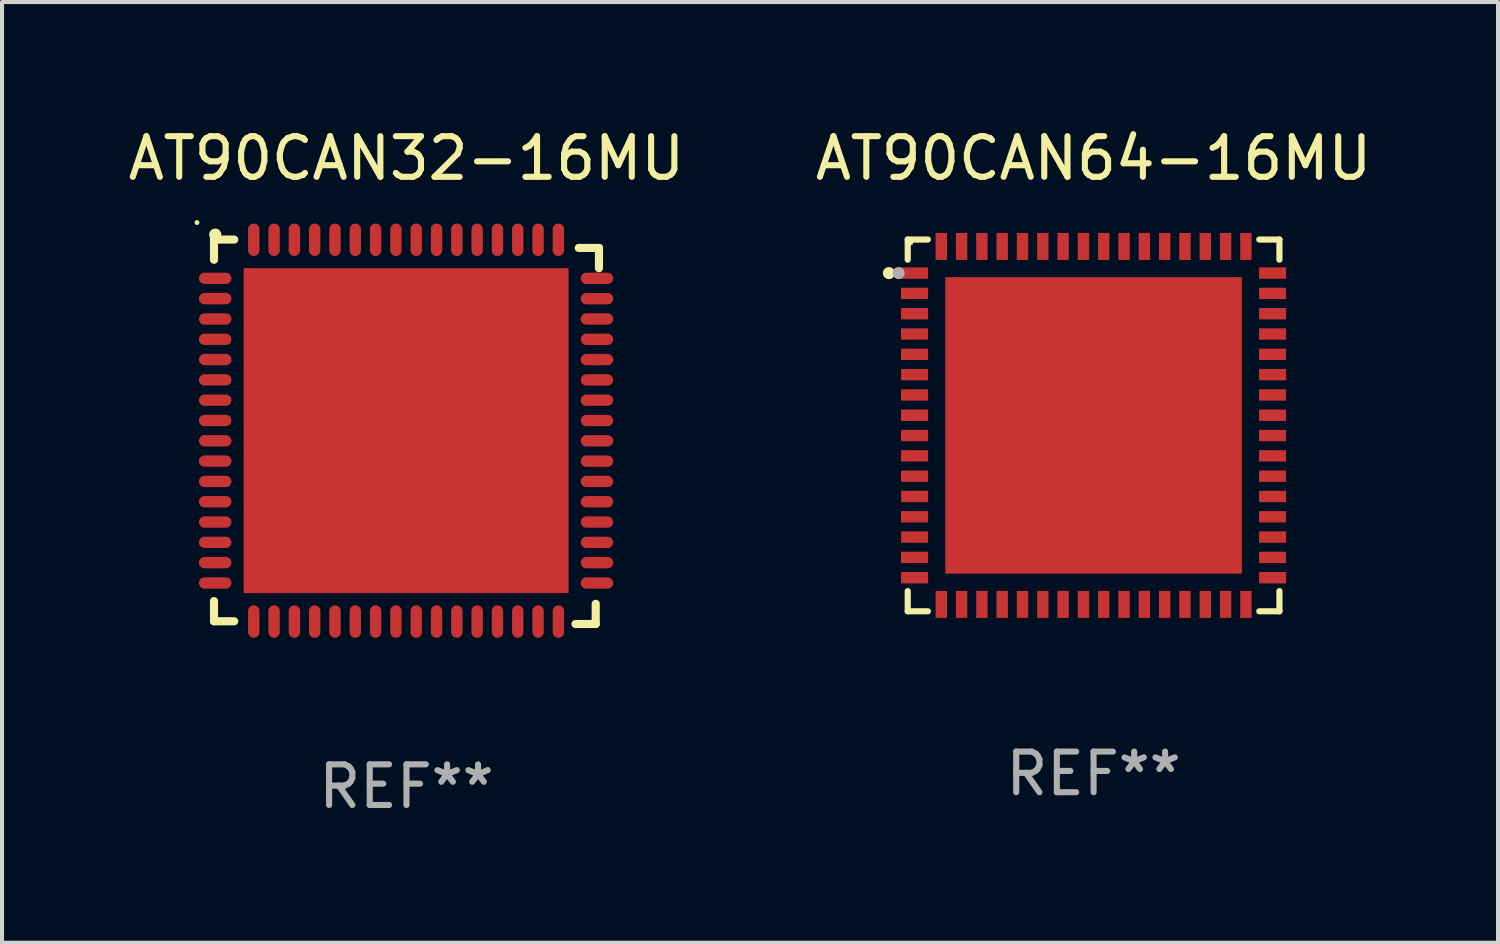
<source format=kicad_pcb>
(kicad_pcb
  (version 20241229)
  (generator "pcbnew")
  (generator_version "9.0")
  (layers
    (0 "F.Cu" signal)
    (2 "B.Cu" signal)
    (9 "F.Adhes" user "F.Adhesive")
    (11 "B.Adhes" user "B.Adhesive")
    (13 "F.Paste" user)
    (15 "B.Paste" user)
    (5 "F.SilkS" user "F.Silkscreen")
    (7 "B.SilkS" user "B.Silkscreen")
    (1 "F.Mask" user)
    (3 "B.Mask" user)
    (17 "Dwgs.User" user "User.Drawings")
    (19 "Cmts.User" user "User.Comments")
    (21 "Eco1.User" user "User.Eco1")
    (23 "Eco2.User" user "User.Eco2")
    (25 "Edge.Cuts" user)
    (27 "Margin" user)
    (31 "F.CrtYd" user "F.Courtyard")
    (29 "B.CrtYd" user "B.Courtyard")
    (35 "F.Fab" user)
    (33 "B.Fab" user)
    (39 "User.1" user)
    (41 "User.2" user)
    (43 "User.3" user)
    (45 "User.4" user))
  (footprint "AT90CAN32-16MU"
    (layer "F.Cu")
    (at 6.958 7.581)
    (property "Reference" "AT90CAN32-16MU" (at 0 -6.733 0) (layer "F.SilkS") (effects (font (size 1 1) (thickness 0.15))))
    (attr through_hole)
    (fp_line (start -4.739 -4.733) (end -4.241 -4.733) (stroke (width 0.2) (type solid)) (layer "F.SilkS"))
    (fp_line (start -4.739 -4.235) (end -4.739 -4.733) (stroke (width 0.2) (type solid)) (layer "F.SilkS"))
    (fp_line (start -4.739 4.168) (end -4.739 4.665) (stroke (width 0.2) (type solid)) (layer "F.SilkS"))
    (fp_line (start -4.739 4.665) (end -4.241 4.665) (stroke (width 0.2) (type solid)) (layer "F.SilkS"))
    (fp_line (start 4.161 4.733) (end 4.659 4.733) (stroke (width 0.2) (type solid)) (layer "F.SilkS"))
    (fp_line (start 4.241 -4.527) (end 4.739 -4.527) (stroke (width 0.2) (type solid)) (layer "F.SilkS"))
    (fp_line (start 4.659 4.733) (end 4.659 4.235) (stroke (width 0.2) (type solid)) (layer "F.SilkS"))
    (fp_line (start 4.739 -4.527) (end 4.739 -4.029) (stroke (width 0.2) (type solid)) (layer "F.SilkS"))
    (fp_arc (start -4.708623 -4.85108) (mid -4.708628 -4.85235) (end -4.708623 -4.85362) (stroke (width 0.3) (type solid)) (layer "F.SilkS"))
    (fp_circle (center -5.159 -5.152) (end -5.129 -5.152) (stroke (width 0.06) (type solid)) (fill no) (layer "F.SilkS"))
    (fp_text user "REF**" (at 0 8.733 0) (layer "F.Fab") (effects (font (size 1 1) (thickness 0.15))))
    (pad "1" smd oval (at -4.71 -3.778 90) (size 0.28 0.8) (layers "F.Cu" "F.Mask" "F.Paste"))
    (pad "2" smd oval (at -4.71 -3.278 90) (size 0.28 0.8) (layers "F.Cu" "F.Mask" "F.Paste"))
    (pad "3" smd oval (at -4.71 -2.778 90) (size 0.28 0.8) (layers "F.Cu" "F.Mask" "F.Paste"))
    (pad "4" smd oval (at -4.71 -2.278 90) (size 0.28 0.8) (layers "F.Cu" "F.Mask" "F.Paste"))
    (pad "5" smd oval (at -4.71 -1.778 90) (size 0.28 0.8) (layers "F.Cu" "F.Mask" "F.Paste"))
    (pad "6" smd oval (at -4.71 -1.278 90) (size 0.28 0.8) (layers "F.Cu" "F.Mask" "F.Paste"))
    (pad "7" smd oval (at -4.71 -0.778 90) (size 0.28 0.8) (layers "F.Cu" "F.Mask" "F.Paste"))
    (pad "8" smd oval (at -4.71 -0.278 90) (size 0.28 0.8) (layers "F.Cu" "F.Mask" "F.Paste"))
    (pad "9" smd oval (at -4.71 0.222 90) (size 0.28 0.8) (layers "F.Cu" "F.Mask" "F.Paste"))
    (pad "10" smd oval (at -4.71 0.722 90) (size 0.28 0.8) (layers "F.Cu" "F.Mask" "F.Paste"))
    (pad "11" smd oval (at -4.71 1.222 90) (size 0.28 0.8) (layers "F.Cu" "F.Mask" "F.Paste"))
    (pad "12" smd oval (at -4.71 1.722 90) (size 0.28 0.8) (layers "F.Cu" "F.Mask" "F.Paste"))
    (pad "13" smd oval (at -4.71 2.222 90) (size 0.28 0.8) (layers "F.Cu" "F.Mask" "F.Paste"))
    (pad "14" smd oval (at -4.71 2.722 90) (size 0.28 0.8) (layers "F.Cu" "F.Mask" "F.Paste"))
    (pad "15" smd oval (at -4.71 3.222 90) (size 0.28 0.8) (layers "F.Cu" "F.Mask" "F.Paste"))
    (pad "16" smd oval (at -4.71 3.722 90) (size 0.28 0.8) (layers "F.Cu" "F.Mask" "F.Paste"))
    (pad "17" smd oval (at -3.76 4.672 180) (size 0.28 0.8) (layers "F.Cu" "F.Mask" "F.Paste"))
    (pad "18" smd oval (at -3.26 4.672 180) (size 0.28 0.8) (layers "F.Cu" "F.Mask" "F.Paste"))
    (pad "19" smd oval (at -2.76 4.672 180) (size 0.28 0.8) (layers "F.Cu" "F.Mask" "F.Paste"))
    (pad "20" smd oval (at -2.26 4.672 180) (size 0.28 0.8) (layers "F.Cu" "F.Mask" "F.Paste"))
    (pad "21" smd oval (at -1.76 4.672 180) (size 0.28 0.8) (layers "F.Cu" "F.Mask" "F.Paste"))
    (pad "22" smd oval (at -1.26 4.672 180) (size 0.28 0.8) (layers "F.Cu" "F.Mask" "F.Paste"))
    (pad "23" smd oval (at -0.76 4.672 180) (size 0.28 0.8) (layers "F.Cu" "F.Mask" "F.Paste"))
    (pad "24" smd oval (at -0.26 4.672 180) (size 0.28 0.8) (layers "F.Cu" "F.Mask" "F.Paste"))
    (pad "25" smd oval (at 0.24 4.672 180) (size 0.28 0.8) (layers "F.Cu" "F.Mask" "F.Paste"))
    (pad "26" smd oval (at 0.74 4.672 180) (size 0.28 0.8) (layers "F.Cu" "F.Mask" "F.Paste"))
    (pad "27" smd oval (at 1.24 4.672 180) (size 0.28 0.8) (layers "F.Cu" "F.Mask" "F.Paste"))
    (pad "28" smd oval (at 1.74 4.672 180) (size 0.28 0.8) (layers "F.Cu" "F.Mask" "F.Paste"))
    (pad "29" smd oval (at 2.24 4.672 180) (size 0.28 0.8) (layers "F.Cu" "F.Mask" "F.Paste"))
    (pad "30" smd oval (at 2.74 4.672 180) (size 0.28 0.8) (layers "F.Cu" "F.Mask" "F.Paste"))
    (pad "31" smd oval (at 3.24 4.672 180) (size 0.28 0.8) (layers "F.Cu" "F.Mask" "F.Paste"))
    (pad "32" smd oval (at 3.74 4.672 180) (size 0.28 0.8) (layers "F.Cu" "F.Mask" "F.Paste"))
    (pad "33" smd oval (at 4.69 3.723 270) (size 0.28 0.8) (layers "F.Cu" "F.Mask" "F.Paste"))
    (pad "34" smd oval (at 4.69 3.222 270) (size 0.28 0.8) (layers "F.Cu" "F.Mask" "F.Paste"))
    (pad "35" smd oval (at 4.69 2.723 270) (size 0.28 0.8) (layers "F.Cu" "F.Mask" "F.Paste"))
    (pad "36" smd oval (at 4.69 2.222 270) (size 0.28 0.8) (layers "F.Cu" "F.Mask" "F.Paste"))
    (pad "37" smd oval (at 4.69 1.723 270) (size 0.28 0.8) (layers "F.Cu" "F.Mask" "F.Paste"))
    (pad "38" smd oval (at 4.69 1.222 270) (size 0.28 0.8) (layers "F.Cu" "F.Mask" "F.Paste"))
    (pad "39" smd oval (at 4.69 0.723 270) (size 0.28 0.8) (layers "F.Cu" "F.Mask" "F.Paste"))
    (pad "40" smd oval (at 4.69 0.222 270) (size 0.28 0.8) (layers "F.Cu" "F.Mask" "F.Paste"))
    (pad "41" smd oval (at 4.69 -0.277 270) (size 0.28 0.8) (layers "F.Cu" "F.Mask" "F.Paste"))
    (pad "42" smd oval (at 4.69 -0.778 270) (size 0.28 0.8) (layers "F.Cu" "F.Mask" "F.Paste"))
    (pad "43" smd oval (at 4.69 -1.277 270) (size 0.28 0.8) (layers "F.Cu" "F.Mask" "F.Paste"))
    (pad "44" smd oval (at 4.69 -1.778 270) (size 0.28 0.8) (layers "F.Cu" "F.Mask" "F.Paste"))
    (pad "45" smd oval (at 4.69 -2.277 270) (size 0.28 0.8) (layers "F.Cu" "F.Mask" "F.Paste"))
    (pad "46" smd oval (at 4.69 -2.778 270) (size 0.28 0.8) (layers "F.Cu" "F.Mask" "F.Paste"))
    (pad "47" smd oval (at 4.69 -3.277 270) (size 0.28 0.8) (layers "F.Cu" "F.Mask" "F.Paste"))
    (pad "48" smd oval (at 4.69 -3.778 270) (size 0.28 0.8) (layers "F.Cu" "F.Mask" "F.Paste"))
    (pad "49" smd oval (at 3.74 -4.728) (size 0.28 0.8) (layers "F.Cu" "F.Mask" "F.Paste"))
    (pad "50" smd oval (at 3.24 -4.728) (size 0.28 0.8) (layers "F.Cu" "F.Mask" "F.Paste"))
    (pad "51" smd oval (at 2.74 -4.728) (size 0.28 0.8) (layers "F.Cu" "F.Mask" "F.Paste"))
    (pad "52" smd oval (at 2.24 -4.728) (size 0.28 0.8) (layers "F.Cu" "F.Mask" "F.Paste"))
    (pad "53" smd oval (at 1.74 -4.728) (size 0.28 0.8) (layers "F.Cu" "F.Mask" "F.Paste"))
    (pad "54" smd oval (at 1.24 -4.728) (size 0.28 0.8) (layers "F.Cu" "F.Mask" "F.Paste"))
    (pad "55" smd oval (at 0.74 -4.728) (size 0.28 0.8) (layers "F.Cu" "F.Mask" "F.Paste"))
    (pad "56" smd oval (at 0.24 -4.728) (size 0.28 0.8) (layers "F.Cu" "F.Mask" "F.Paste"))
    (pad "57" smd oval (at -0.26 -4.728) (size 0.28 0.8) (layers "F.Cu" "F.Mask" "F.Paste"))
    (pad "58" smd oval (at -0.76 -4.728) (size 0.28 0.8) (layers "F.Cu" "F.Mask" "F.Paste"))
    (pad "59" smd oval (at -1.26 -4.728) (size 0.28 0.8) (layers "F.Cu" "F.Mask" "F.Paste"))
    (pad "60" smd oval (at -1.76 -4.728) (size 0.28 0.8) (layers "F.Cu" "F.Mask" "F.Paste"))
    (pad "61" smd oval (at -2.26 -4.728) (size 0.28 0.8) (layers "F.Cu" "F.Mask" "F.Paste"))
    (pad "62" smd oval (at -2.76 -4.728) (size 0.28 0.8) (layers "F.Cu" "F.Mask" "F.Paste"))
    (pad "63" smd oval (at -3.26 -4.728) (size 0.28 0.8) (layers "F.Cu" "F.Mask" "F.Paste"))
    (pad "64" smd oval (at -3.76 -4.728) (size 0.28 0.8) (layers "F.Cu" "F.Mask" "F.Paste"))
    (pad "65" smd rect (at -0.009 -0.028 90) (size 8 8) (layers "F.Cu" "F.Mask" "F.Paste")))
  (footprint "AT90CAN64-16MU"
    (layer "F.Cu")
    (at 23.875 7.424)
    (property "Reference" "AT90CAN64-16MU" (at 0 -6.576 0) (layer "F.SilkS") (effects (font (size 1 1) (thickness 0.15))))
    (attr through_hole)
    (fp_line (start -4.576 -4.576) (end -4.576 -4.08) (stroke (width 0.152) (type solid)) (layer "F.SilkS"))
    (fp_line (start -4.576 4.576) (end -4.576 4.08) (stroke (width 0.152) (type solid)) (layer "F.SilkS"))
    (fp_line (start -4.08 -4.576) (end -4.576 -4.576) (stroke (width 0.152) (type solid)) (layer "F.SilkS"))
    (fp_line (start -4.08 4.576) (end -4.576 4.576) (stroke (width 0.152) (type solid)) (layer "F.SilkS"))
    (fp_line (start 4.08 -4.576) (end 4.576 -4.576) (stroke (width 0.152) (type solid)) (layer "F.SilkS"))
    (fp_line (start 4.08 4.576) (end 4.576 4.576) (stroke (width 0.152) (type solid)) (layer "F.SilkS"))
    (fp_line (start 4.576 -4.576) (end 4.576 -4.08) (stroke (width 0.152) (type solid)) (layer "F.SilkS"))
    (fp_line (start 4.576 4.576) (end 4.576 4.08) (stroke (width 0.152) (type solid)) (layer "F.SilkS"))
    (fp_circle (center -5.04 -3.75) (end -4.965 -3.75) (stroke (width 0.15) (type solid)) (fill no) (layer "F.SilkS"))
    (fp_circle (center -4.5 -4.5) (end -4.47 -4.5) (stroke (width 0.06) (type solid)) (fill no) (layer "F.SilkS"))
    (fp_circle (center -4.8 -3.75) (end -4.725 -3.75) (stroke (width 0.15) (type solid)) (fill no) (layer "F.Fab"))
    (fp_text user "REF**" (at 0 8.576 0) (layer "F.Fab") (effects (font (size 1 1) (thickness 0.15))))
    (pad "1" smd rect (at -4.407 -3.75) (size 0.665 0.28) (layers "F.Cu" "F.Mask" "F.Paste"))
    (pad "2" smd rect (at -4.407 -3.25) (size 0.665 0.28) (layers "F.Cu" "F.Mask" "F.Paste"))
    (pad "3" smd rect (at -4.407 -2.75) (size 0.665 0.28) (layers "F.Cu" "F.Mask" "F.Paste"))
    (pad "4" smd rect (at -4.407 -2.25) (size 0.665 0.28) (layers "F.Cu" "F.Mask" "F.Paste"))
    (pad "5" smd rect (at -4.407 -1.75) (size 0.665 0.28) (layers "F.Cu" "F.Mask" "F.Paste"))
    (pad "6" smd rect (at -4.407 -1.25) (size 0.665 0.28) (layers "F.Cu" "F.Mask" "F.Paste"))
    (pad "7" smd rect (at -4.407 -0.75) (size 0.665 0.28) (layers "F.Cu" "F.Mask" "F.Paste"))
    (pad "8" smd rect (at -4.407 -0.25) (size 0.665 0.28) (layers "F.Cu" "F.Mask" "F.Paste"))
    (pad "9" smd rect (at -4.407 0.25) (size 0.665 0.28) (layers "F.Cu" "F.Mask" "F.Paste"))
    (pad "10" smd rect (at -4.407 0.75) (size 0.665 0.28) (layers "F.Cu" "F.Mask" "F.Paste"))
    (pad "11" smd rect (at -4.407 1.25) (size 0.665 0.28) (layers "F.Cu" "F.Mask" "F.Paste"))
    (pad "12" smd rect (at -4.407 1.75) (size 0.665 0.28) (layers "F.Cu" "F.Mask" "F.Paste"))
    (pad "13" smd rect (at -4.407 2.25) (size 0.665 0.28) (layers "F.Cu" "F.Mask" "F.Paste"))
    (pad "14" smd rect (at -4.407 2.75) (size 0.665 0.28) (layers "F.Cu" "F.Mask" "F.Paste"))
    (pad "15" smd rect (at -4.407 3.25) (size 0.665 0.28) (layers "F.Cu" "F.Mask" "F.Paste"))
    (pad "16" smd rect (at -4.407 3.75) (size 0.665 0.28) (layers "F.Cu" "F.Mask" "F.Paste"))
    (pad "17" smd rect (at -3.75 4.407) (size 0.28 0.665) (layers "F.Cu" "F.Mask" "F.Paste"))
    (pad "18" smd rect (at -3.25 4.407) (size 0.28 0.665) (layers "F.Cu" "F.Mask" "F.Paste"))
    (pad "19" smd rect (at -2.75 4.407) (size 0.28 0.665) (layers "F.Cu" "F.Mask" "F.Paste"))
    (pad "20" smd rect (at -2.25 4.407) (size 0.28 0.665) (layers "F.Cu" "F.Mask" "F.Paste"))
    (pad "21" smd rect (at -1.75 4.407) (size 0.28 0.665) (layers "F.Cu" "F.Mask" "F.Paste"))
    (pad "22" smd rect (at -1.25 4.407) (size 0.28 0.665) (layers "F.Cu" "F.Mask" "F.Paste"))
    (pad "23" smd rect (at -0.75 4.407) (size 0.28 0.665) (layers "F.Cu" "F.Mask" "F.Paste"))
    (pad "24" smd rect (at -0.25 4.407) (size 0.28 0.665) (layers "F.Cu" "F.Mask" "F.Paste"))
    (pad "25" smd rect (at 0.25 4.407) (size 0.28 0.665) (layers "F.Cu" "F.Mask" "F.Paste"))
    (pad "26" smd rect (at 0.75 4.407) (size 0.28 0.665) (layers "F.Cu" "F.Mask" "F.Paste"))
    (pad "27" smd rect (at 1.25 4.407) (size 0.28 0.665) (layers "F.Cu" "F.Mask" "F.Paste"))
    (pad "28" smd rect (at 1.75 4.407) (size 0.28 0.665) (layers "F.Cu" "F.Mask" "F.Paste"))
    (pad "29" smd rect (at 2.25 4.407) (size 0.28 0.665) (layers "F.Cu" "F.Mask" "F.Paste"))
    (pad "30" smd rect (at 2.75 4.407) (size 0.28 0.665) (layers "F.Cu" "F.Mask" "F.Paste"))
    (pad "31" smd rect (at 3.25 4.407) (size 0.28 0.665) (layers "F.Cu" "F.Mask" "F.Paste"))
    (pad "32" smd rect (at 3.75 4.407) (size 0.28 0.665) (layers "F.Cu" "F.Mask" "F.Paste"))
    (pad "33" smd rect (at 4.407 3.75) (size 0.665 0.28) (layers "F.Cu" "F.Mask" "F.Paste"))
    (pad "34" smd rect (at 4.407 3.25) (size 0.665 0.28) (layers "F.Cu" "F.Mask" "F.Paste"))
    (pad "35" smd rect (at 4.407 2.75) (size 0.665 0.28) (layers "F.Cu" "F.Mask" "F.Paste"))
    (pad "36" smd rect (at 4.407 2.25) (size 0.665 0.28) (layers "F.Cu" "F.Mask" "F.Paste"))
    (pad "37" smd rect (at 4.407 1.75) (size 0.665 0.28) (layers "F.Cu" "F.Mask" "F.Paste"))
    (pad "38" smd rect (at 4.407 1.25) (size 0.665 0.28) (layers "F.Cu" "F.Mask" "F.Paste"))
    (pad "39" smd rect (at 4.407 0.75) (size 0.665 0.28) (layers "F.Cu" "F.Mask" "F.Paste"))
    (pad "40" smd rect (at 4.407 0.25) (size 0.665 0.28) (layers "F.Cu" "F.Mask" "F.Paste"))
    (pad "41" smd rect (at 4.407 -0.25) (size 0.665 0.28) (layers "F.Cu" "F.Mask" "F.Paste"))
    (pad "42" smd rect (at 4.407 -0.75) (size 0.665 0.28) (layers "F.Cu" "F.Mask" "F.Paste"))
    (pad "43" smd rect (at 4.407 -1.25) (size 0.665 0.28) (layers "F.Cu" "F.Mask" "F.Paste"))
    (pad "44" smd rect (at 4.407 -1.75) (size 0.665 0.28) (layers "F.Cu" "F.Mask" "F.Paste"))
    (pad "45" smd rect (at 4.407 -2.25) (size 0.665 0.28) (layers "F.Cu" "F.Mask" "F.Paste"))
    (pad "46" smd rect (at 4.407 -2.75) (size 0.665 0.28) (layers "F.Cu" "F.Mask" "F.Paste"))
    (pad "47" smd rect (at 4.407 -3.25) (size 0.665 0.28) (layers "F.Cu" "F.Mask" "F.Paste"))
    (pad "48" smd rect (at 4.407 -3.75) (size 0.665 0.28) (layers "F.Cu" "F.Mask" "F.Paste"))
    (pad "49" smd rect (at 3.75 -4.407) (size 0.28 0.665) (layers "F.Cu" "F.Mask" "F.Paste"))
    (pad "50" smd rect (at 3.25 -4.407) (size 0.28 0.665) (layers "F.Cu" "F.Mask" "F.Paste"))
    (pad "51" smd rect (at 2.75 -4.407) (size 0.28 0.665) (layers "F.Cu" "F.Mask" "F.Paste"))
    (pad "52" smd rect (at 2.25 -4.407) (size 0.28 0.665) (layers "F.Cu" "F.Mask" "F.Paste"))
    (pad "53" smd rect (at 1.75 -4.407) (size 0.28 0.665) (layers "F.Cu" "F.Mask" "F.Paste"))
    (pad "54" smd rect (at 1.25 -4.407) (size 0.28 0.665) (layers "F.Cu" "F.Mask" "F.Paste"))
    (pad "55" smd rect (at 0.75 -4.407) (size 0.28 0.665) (layers "F.Cu" "F.Mask" "F.Paste"))
    (pad "56" smd rect (at 0.25 -4.407) (size 0.28 0.665) (layers "F.Cu" "F.Mask" "F.Paste"))
    (pad "57" smd rect (at -0.25 -4.407) (size 0.28 0.665) (layers "F.Cu" "F.Mask" "F.Paste"))
    (pad "58" smd rect (at -0.75 -4.407) (size 0.28 0.665) (layers "F.Cu" "F.Mask" "F.Paste"))
    (pad "59" smd rect (at -1.25 -4.407) (size 0.28 0.665) (layers "F.Cu" "F.Mask" "F.Paste"))
    (pad "60" smd rect (at -1.75 -4.407) (size 0.28 0.665) (layers "F.Cu" "F.Mask" "F.Paste"))
    (pad "61" smd rect (at -2.25 -4.407) (size 0.28 0.665) (layers "F.Cu" "F.Mask" "F.Paste"))
    (pad "62" smd rect (at -2.75 -4.407) (size 0.28 0.665) (layers "F.Cu" "F.Mask" "F.Paste"))
    (pad "63" smd rect (at -3.25 -4.407) (size 0.28 0.665) (layers "F.Cu" "F.Mask" "F.Paste"))
    (pad "64" smd rect (at -3.75 -4.407) (size 0.28 0.665) (layers "F.Cu" "F.Mask" "F.Paste"))
    (pad "65" smd rect (at 0 0) (size 7.3 7.3) (layers "F.Cu" "F.Mask" "F.Paste")))
  (gr_rect
    (start -3 -3)
    (end 33.833 20.162)
    (stroke (width 0.1) (type default))
    (fill no)
    (layer "Edge.Cuts")))
</source>
